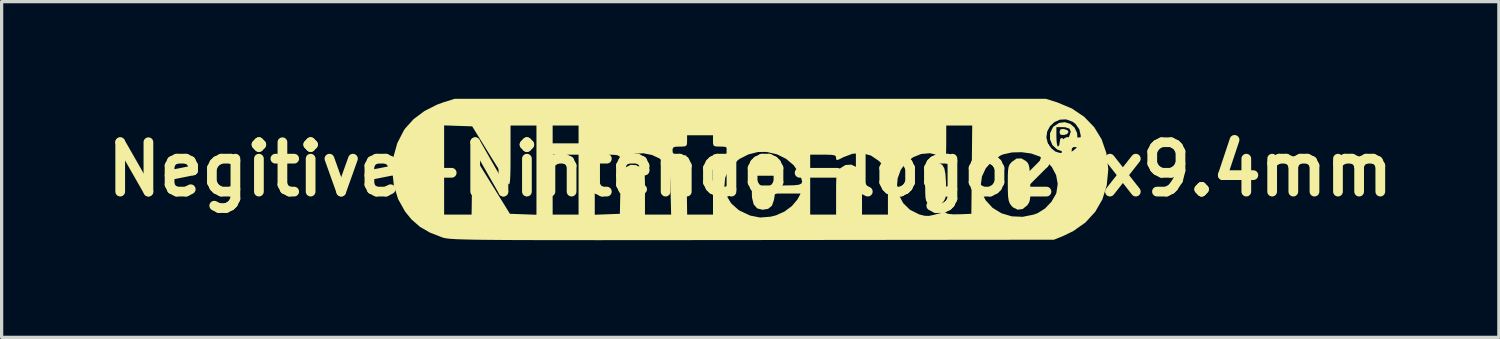
<source format=kicad_pcb>
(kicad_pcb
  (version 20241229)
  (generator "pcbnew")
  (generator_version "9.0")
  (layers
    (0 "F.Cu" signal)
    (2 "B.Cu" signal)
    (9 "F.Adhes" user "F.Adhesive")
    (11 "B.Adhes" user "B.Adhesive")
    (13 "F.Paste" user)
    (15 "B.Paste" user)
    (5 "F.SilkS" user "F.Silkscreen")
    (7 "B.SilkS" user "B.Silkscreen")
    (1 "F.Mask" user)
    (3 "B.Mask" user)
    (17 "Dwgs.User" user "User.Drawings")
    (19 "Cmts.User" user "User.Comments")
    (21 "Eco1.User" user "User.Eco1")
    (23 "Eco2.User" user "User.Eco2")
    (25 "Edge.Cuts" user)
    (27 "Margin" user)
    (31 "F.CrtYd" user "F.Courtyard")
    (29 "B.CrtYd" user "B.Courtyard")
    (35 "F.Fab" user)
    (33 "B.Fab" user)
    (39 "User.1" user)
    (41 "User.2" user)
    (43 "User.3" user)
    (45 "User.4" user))
  (footprint "Negitive-Nintendo-logo25x9.4mm"
    (layer "F.Cu")
    (at 20.11 2.175)
    (property "Reference" "Negitive-Nintendo-logo25x9.4mm" (at 0 0 0) (layer "F.SilkS") (effects (font (size 1.524 1.524) (thickness 0.3))))
    (attr board_only exclude_from_pos_files exclude_from_bom)
    (fp_poly (pts (xy 9.688 -1.241) (xy 9.793 -1.204) (xy 9.825 -1.15) (xy 9.78 -1.087) (xy 9.688 -1.059) (xy 9.587 -1.062) (xy 9.552 -1.116) (xy 9.55 -1.15) (xy 9.569 -1.226) (xy 9.644 -1.244)) (stroke (width 0) (type solid)) (fill yes) (layer "F.SilkS"))
    (fp_poly (pts (xy 0.571 -0.272) (xy 0.694 -0.153) (xy 0.749 0.022) (xy 0.75 0.056) (xy 0.75 0.2) (xy 0.05 0.2) (xy 0.05 0.056) (xy 0.092 -0.126) (xy 0.204 -0.257) (xy 0.368 -0.315) (xy 0.4 -0.317)) (stroke (width 0) (type solid)) (fill yes) (layer "F.SilkS"))
    (fp_poly (pts (xy 5.834 -0.186) (xy 5.929 -0.134) (xy 5.99 -0.029) (xy 6.025 0.145) (xy 6.042 0.404) (xy 6.042 0.409) (xy 6.048 0.634) (xy 6.043 0.786) (xy 6.023 0.888) (xy 5.985 0.966) (xy 5.951 1.013) (xy 5.813 1.125) (xy 5.657 1.14) (xy 5.511 1.072) (xy 5.461 1.029) (xy 5.429 0.972) (xy 5.41 0.879) (xy 5.402 0.73) (xy 5.4 0.504) (xy 5.4 0.476) (xy 5.406 0.2) (xy 5.427 0.01) (xy 5.471 -0.111) (xy 5.543 -0.175) (xy 5.651 -0.199) (xy 5.694 -0.2)) (stroke (width 0) (type solid)) (fill yes) (layer "F.SilkS"))
    (fp_poly (pts (xy 8.507 -0.255) (xy 8.559 -0.206) (xy 8.593 -0.145) (xy 8.616 -0.052) (xy 8.629 0.093) (xy 8.639 0.31) (xy 8.642 0.409) (xy 8.647 0.659) (xy 8.645 0.831) (xy 8.632 0.947) (xy 8.606 1.028) (xy 8.564 1.095) (xy 8.55 1.113) (xy 8.41 1.227) (xy 8.256 1.248) (xy 8.109 1.176) (xy 8.054 1.118) (xy 8.007 1.047) (xy 7.977 0.961) (xy 7.959 0.838) (xy 7.952 0.656) (xy 7.95 0.441) (xy 7.951 0.198) (xy 7.958 0.034) (xy 7.975 -0.074) (xy 8.005 -0.147) (xy 8.053 -0.207) (xy 8.073 -0.227) (xy 8.22 -0.33) (xy 8.366 -0.335)) (stroke (width 0) (type solid)) (fill yes) (layer "F.SilkS"))
    (fp_poly (pts (xy 9.879 -1.401) (xy 10.012 -1.285) (xy 10.089 -1.116) (xy 10.098 -1.015) (xy 10.057 -0.812) (xy 9.95 -0.659) (xy 9.798 -0.57) (xy 9.621 -0.558) (xy 9.475 -0.61) (xy 9.327 -0.746) (xy 9.253 -0.923) (xy 9.254 -1) (xy 9.45 -1) (xy 9.458 -0.84) (xy 9.477 -0.732) (xy 9.5 -0.7) (xy 9.538 -0.743) (xy 9.55 -0.822) (xy 9.57 -0.94) (xy 9.625 -0.967) (xy 9.71 -0.901) (xy 9.752 -0.848) (xy 9.828 -0.756) (xy 9.881 -0.719) (xy 9.888 -0.721) (xy 9.882 -0.775) (xy 9.85 -0.825) (xy 9.81 -0.904) (xy 9.836 -0.998) (xy 9.849 -1.023) (xy 9.894 -1.163) (xy 9.853 -1.254) (xy 9.724 -1.297) (xy 9.652 -1.3) (xy 9.45 -1.3) (xy 9.45 -1) (xy 9.254 -1) (xy 9.255 -1.114) (xy 9.339 -1.289) (xy 9.373 -1.327) (xy 9.537 -1.432) (xy 9.713 -1.453)) (stroke (width 0) (type solid)) (fill yes) (layer "F.SilkS"))
    (fp_poly (pts (xy 9.481 -2.063) (xy 9.929 -1.875) (xy 10.309 -1.619) (xy 10.617 -1.3) (xy 10.846 -0.925) (xy 10.992 -0.502) (xy 11.049 -0.037) (xy 11.05 0.025) (xy 11.004 0.499) (xy 10.87 0.93) (xy 10.65 1.312) (xy 10.349 1.641) (xy 9.97 1.91) (xy 9.655 2.062) (xy 9.375 2.175) (xy 0.075 2.185) (xy -1.06 2.186) (xy -2.099 2.187) (xy -3.047 2.188) (xy -3.908 2.188) (xy -4.686 2.189) (xy -5.386 2.188) (xy -6.012 2.188) (xy -6.569 2.187) (xy -7.06 2.186) (xy -7.491 2.184) (xy -7.864 2.181) (xy -8.186 2.178) (xy -8.46 2.175) (xy -8.69 2.17) (xy -8.882 2.165) (xy -9.038 2.16) (xy -9.164 2.153) (xy -9.264 2.146) (xy -9.342 2.138) (xy -9.403 2.13) (xy -9.451 2.12) (xy -9.49 2.109) (xy -9.5 2.106) (xy -9.887 1.956) (xy -10.198 1.776) (xy -10.458 1.548) (xy -10.575 1.404) (xy -4.8 1.404) (xy -4.025 1.375) (xy -4.011 0.715) (xy -4.005 0.447) (xy -3.996 0.26) (xy -3.983 0.136) (xy -3.96 0.057) (xy -3.925 0.004) (xy -3.875 -0.041) (xy -3.867 -0.047) (xy -3.694 -0.137) (xy -3.523 -0.127) (xy -3.382 -0.046) (xy -3.329 -0.002) (xy -3.292 0.047) (xy -3.269 0.117) (xy -3.257 0.227) (xy -3.251 0.396) (xy -3.25 0.641) (xy -3.25 0.729) (xy -3.25 1.4) (xy -2.442 1.4) (xy -2.459 0.708) (xy -2.466 0.431) (xy -2.476 0.234) (xy -2.49 0.097) (xy -2.514 0.001) (xy -2.55 -0.075) (xy -2.602 -0.15) (xy -2.612 -0.162) (xy -2.796 -0.33) (xy -3.034 -0.441) (xy -3.298 -0.493) (xy -3.56 -0.479) (xy -3.792 -0.396) (xy -3.848 -0.359) (xy -3.943 -0.293) (xy -3.988 -0.285) (xy -4.011 -0.336) (xy -4.015 -0.352) (xy -4.04 -0.402) (xy -4.095 -0.432) (xy -4.203 -0.446) (xy -4.386 -0.45) (xy -4.42 -0.45) (xy -4.8 -0.45) (xy -4.8 1.404) (xy -10.575 1.404) (xy -10.654 1.307) (xy -10.869 0.924) (xy -11.001 0.504) (xy -11.049 0.063) (xy -11.015 -0.379) (xy -10.897 -0.804) (xy -10.696 -1.196) (xy -10.651 -1.261) (xy -10.567 -1.354) (xy -9.45 -1.354) (xy -9.45 1.4) (xy -8.602 1.4) (xy -8.589 0.453) (xy -8.575 -0.494) (xy -7.997 0.44) (xy -7.419 1.375) (xy -6.6 1.404) (xy -6.6 1.4) (xy -6.1 1.4) (xy -5.3 1.4) (xy -5.3 -0.45) (xy -6.1 -0.45) (xy -6.1 1.4) (xy -6.6 1.4) (xy -6.6 -0.578) (xy -2.4 -0.578) (xy -2.388 -0.5) (xy -2.334 -0.46) (xy -2.21 -0.442) (xy -2.188 -0.44) (xy -1.975 -0.425) (xy -1.961 0.487) (xy -1.948 1.4) (xy -1.15 1.4) (xy -1.15 0.542) (xy -0.799 0.542) (xy -0.736 0.81) (xy -0.59 1.052) (xy -0.367 1.251) (xy -0.32 1.281) (xy -0.001 1.43) (xy 0.306 1.49) (xy 0.628 1.464) (xy 0.792 1.423) (xy 0.844 1.4) (xy 1.85 1.4) (xy 2.65 1.4) (xy 2.65 0.748) (xy 2.651 0.48) (xy 2.656 0.293) (xy 2.667 0.168) (xy 2.689 0.086) (xy 2.724 0.026) (xy 2.773 -0.027) (xy 2.938 -0.131) (xy 3.118 -0.143) (xy 3.289 -0.062) (xy 3.327 -0.027) (xy 3.377 0.028) (xy 3.412 0.088) (xy 3.433 0.171) (xy 3.444 0.298) (xy 3.449 0.486) (xy 3.45 0.748) (xy 3.45 1.4) (xy 4.25 1.4) (xy 4.25 0.798) (xy 4.244 0.478) (xy 4.532 0.478) (xy 4.583 0.783) (xy 4.72 1.045) (xy 4.932 1.252) (xy 5.212 1.392) (xy 5.238 1.4) (xy 5.383 1.436) (xy 5.509 1.44) (xy 5.66 1.41) (xy 5.778 1.377) (xy 5.951 1.337) (xy 6.043 1.344) (xy 6.053 1.354) (xy 6.116 1.378) (xy 6.256 1.391) (xy 6.447 1.39) (xy 6.454 1.39) (xy 6.825 1.375) (xy 6.834 0.492) (xy 7.115 0.492) (xy 7.165 0.761) (xy 7.264 0.955) (xy 7.482 1.192) (xy 7.757 1.36) (xy 8.072 1.453) (xy 8.41 1.468) (xy 8.752 1.399) (xy 8.875 1.353) (xy 9.1 1.211) (xy 9.297 1.004) (xy 9.434 0.769) (xy 9.451 0.723) (xy 9.491 0.45) (xy 9.441 0.179) (xy 9.309 -0.072) (xy 9.103 -0.284) (xy 8.926 -0.397) (xy 8.672 -0.487) (xy 8.375 -0.527) (xy 8.075 -0.519) (xy 7.809 -0.46) (xy 7.732 -0.428) (xy 7.466 -0.252) (xy 7.271 -0.03) (xy 7.152 0.223) (xy 7.115 0.492) (xy 6.834 0.492) (xy 6.838 0.013) (xy 6.848 -0.981) (xy 9.141 -0.981) (xy 9.188 -0.795) (xy 9.296 -0.646) (xy 9.415 -0.549) (xy 9.544 -0.507) (xy 9.675 -0.5) (xy 9.844 -0.514) (xy 9.965 -0.569) (xy 10.054 -0.646) (xy 10.17 -0.826) (xy 10.204 -1.029) (xy 10.159 -1.23) (xy 10.039 -1.401) (xy 9.951 -1.467) (xy 9.748 -1.54) (xy 9.556 -1.531) (xy 9.387 -1.454) (xy 9.252 -1.327) (xy 9.166 -1.164) (xy 9.141 -0.981) (xy 6.848 -0.981) (xy 6.852 -1.35) (xy 6.05 -1.35) (xy 6.05 -0.85) (xy 6.048 -0.64) (xy 6.044 -0.474) (xy 6.037 -0.372) (xy 6.031 -0.35) (xy 5.978 -0.367) (xy 5.866 -0.411) (xy 5.82 -0.43) (xy 5.547 -0.495) (xy 5.278 -0.472) (xy 5.028 -0.372) (xy 4.812 -0.207) (xy 4.648 0.013) (xy 4.552 0.275) (xy 4.532 0.478) (xy 4.244 0.478) (xy 4.244 0.478) (xy 4.224 0.237) (xy 4.183 0.056) (xy 4.117 -0.086) (xy 4.02 -0.209) (xy 3.969 -0.259) (xy 3.725 -0.424) (xy 3.45 -0.497) (xy 3.158 -0.479) (xy 2.882 -0.376) (xy 2.748 -0.307) (xy 2.679 -0.284) (xy 2.653 -0.304) (xy 2.65 -0.351) (xy 2.641 -0.401) (xy 2.602 -0.43) (xy 2.512 -0.445) (xy 2.35 -0.45) (xy 2.25 -0.45) (xy 1.85 -0.45) (xy 1.85 1.4) (xy 0.844 1.4) (xy 1.052 1.308) (xy 1.283 1.138) (xy 1.453 0.937) (xy 1.479 0.893) (xy 1.553 0.75) (xy 0.763 0.75) (xy 0.731 0.948) (xy 0.67 1.125) (xy 0.551 1.222) (xy 0.378 1.25) (xy 0.214 1.208) (xy 0.106 1.084) (xy 0.055 0.879) (xy 0.05 0.775) (xy 0.05 0.5) (xy 0.825 0.5) (xy 1.135 0.499) (xy 1.357 0.494) (xy 1.501 0.477) (xy 1.579 0.442) (xy 1.602 0.383) (xy 1.581 0.295) (xy 1.528 0.17) (xy 1.507 0.125) (xy 1.343 -0.122) (xy 1.107 -0.322) (xy 0.821 -0.463) (xy 0.506 -0.535) (xy 0.24 -0.533) (xy -0.059 -0.458) (xy -0.337 -0.316) (xy -0.565 -0.124) (xy -0.659 -0.003) (xy -0.775 0.265) (xy -0.799 0.542) (xy -1.15 0.542) (xy -1.15 -0.45) (xy -0.925 -0.45) (xy -0.786 -0.455) (xy -0.72 -0.481) (xy -0.701 -0.541) (xy -0.7 -0.575) (xy -0.709 -0.652) (xy -0.755 -0.689) (xy -0.864 -0.7) (xy -0.925 -0.7) (xy -1.063 -0.704) (xy -1.129 -0.729) (xy -1.149 -0.797) (xy -1.15 -0.875) (xy -1.15 -1.05) (xy -1.95 -1.05) (xy -1.95 -0.875) (xy -1.955 -0.767) (xy -1.987 -0.717) (xy -2.075 -0.701) (xy -2.175 -0.7) (xy -2.314 -0.695) (xy -2.38 -0.669) (xy -2.399 -0.609) (xy -2.4 -0.578) (xy -6.6 -0.578) (xy -6.6 -0.8) (xy -6.1 -0.8) (xy -5.3 -0.8) (xy -5.3 -1.35) (xy -6.1 -1.35) (xy -6.1 -0.8) (xy -6.6 -0.8) (xy -6.6 -1.35) (xy -7.4 -1.35) (xy -7.4 -0.415) (xy -7.401 -0.076) (xy -7.406 0.172) (xy -7.415 0.339) (xy -7.428 0.434) (xy -7.446 0.467) (xy -7.459 0.461) (xy -7.502 0.402) (xy -7.589 0.271) (xy -7.71 0.083) (xy -7.857 -0.149) (xy -8.02 -0.41) (xy -8.051 -0.462) (xy -8.584 -1.325) (xy -9.017 -1.339) (xy -9.45 -1.354) (xy -10.567 -1.354) (xy -10.391 -1.548) (xy -10.057 -1.798) (xy -9.671 -1.994) (xy -9.481 -2.063) (xy -9.125 -2.175) (xy 9.125 -2.175)) (stroke (width 0) (type solid)) (fill yes) (layer "F.SilkS")))
  (gr_rect
    (start -3 -3)
    (end 43.219 7.364)
    (stroke (width 0.1) (type default))
    (fill no)
    (layer "Edge.Cuts")))
</source>
